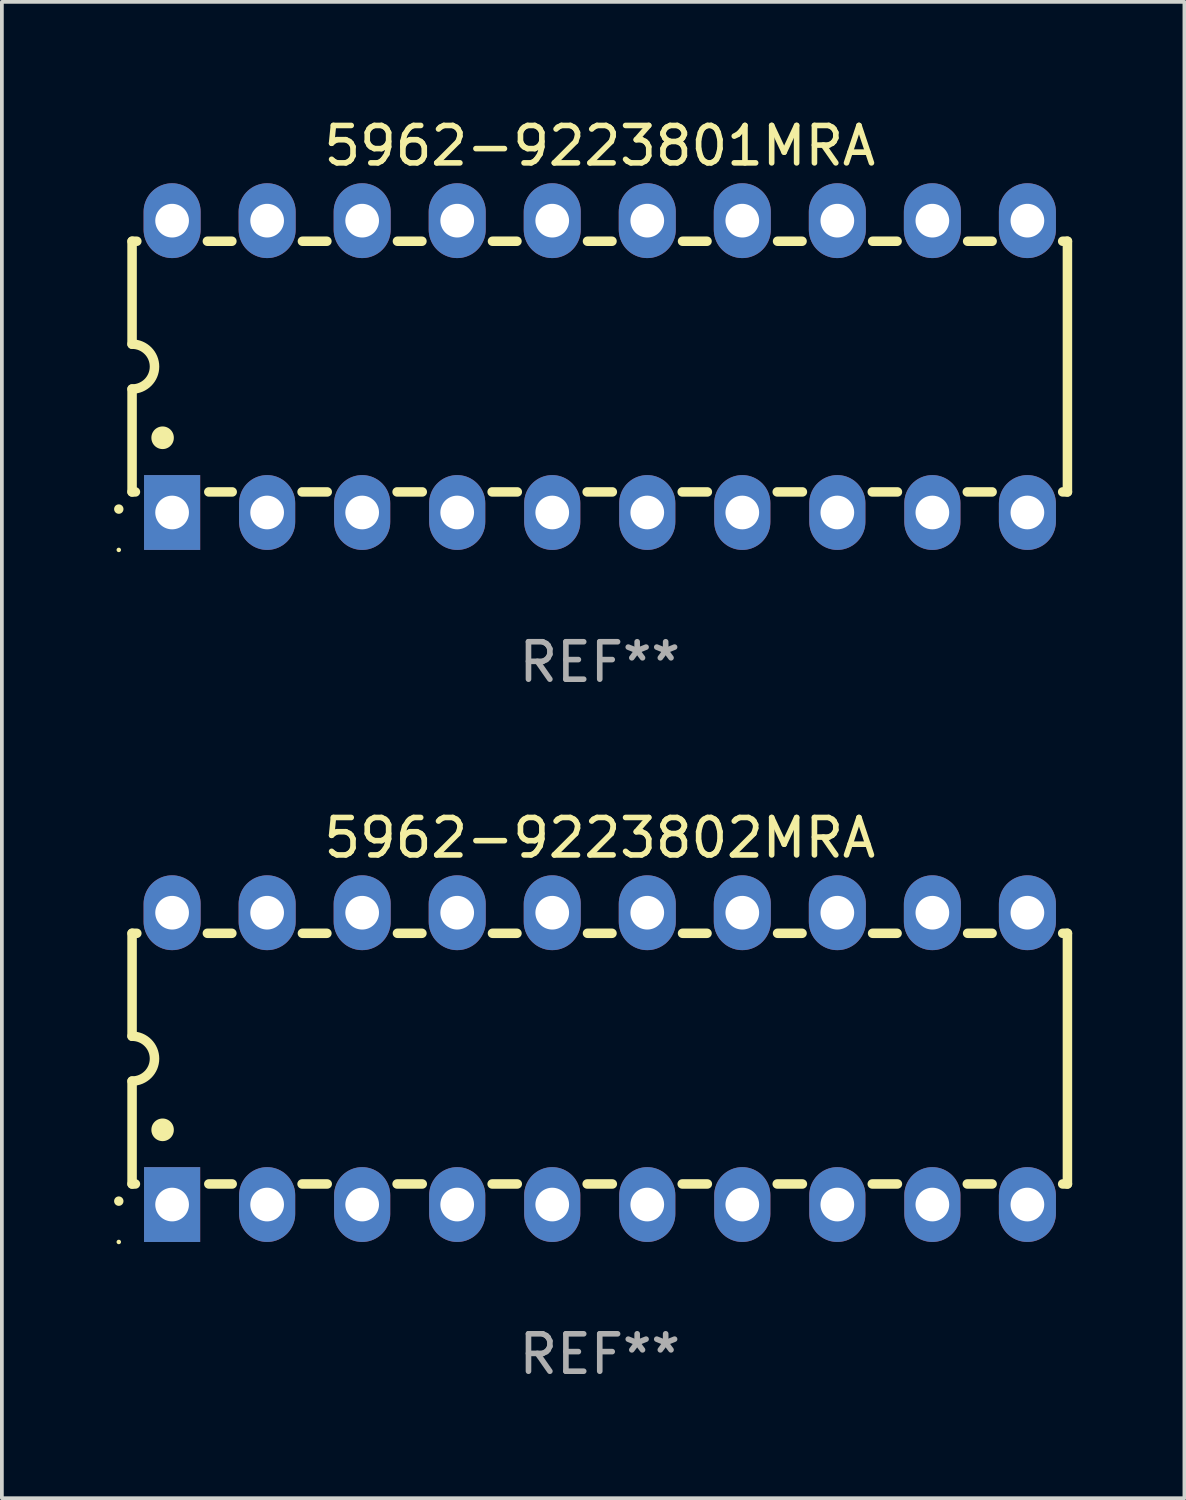
<source format=kicad_pcb>
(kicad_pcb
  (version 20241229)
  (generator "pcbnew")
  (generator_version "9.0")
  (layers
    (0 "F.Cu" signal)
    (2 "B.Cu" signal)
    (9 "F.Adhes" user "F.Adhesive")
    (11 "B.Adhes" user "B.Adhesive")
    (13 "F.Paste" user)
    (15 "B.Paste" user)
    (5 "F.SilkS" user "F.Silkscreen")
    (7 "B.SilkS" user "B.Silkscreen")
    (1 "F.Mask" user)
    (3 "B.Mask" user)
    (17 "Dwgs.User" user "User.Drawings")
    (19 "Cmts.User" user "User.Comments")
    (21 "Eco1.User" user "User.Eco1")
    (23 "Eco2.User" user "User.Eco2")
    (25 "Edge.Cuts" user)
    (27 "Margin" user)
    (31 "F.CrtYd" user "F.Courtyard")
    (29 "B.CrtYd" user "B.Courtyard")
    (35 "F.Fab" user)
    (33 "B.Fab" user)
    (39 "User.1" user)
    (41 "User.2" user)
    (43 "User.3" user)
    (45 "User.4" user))
  (footprint "5962-9223802MRA"
    (layer "F.Cu")
    (at 12.98 25.245)
    (property "Reference" "5962-9223802MRA" (at 0 -5.9 0) (layer "F.SilkS") (effects (font (size 1 1) (thickness 0.15))))
    (attr through_hole)
    (fp_line (start -12.5 -3.35) (end -12.373 -3.35) (stroke (width 0.254) (type solid)) (layer "F.SilkS"))
    (fp_line (start -12.5 -0.6) (end -12.5 -3.35) (stroke (width 0.254) (type solid)) (layer "F.SilkS"))
    (fp_line (start -12.5 3.35) (end -12.5 0.6) (stroke (width 0.254) (type solid)) (layer "F.SilkS"))
    (fp_line (start -12.5 3.35) (end -12.411 3.35) (stroke (width 0.254) (type solid)) (layer "F.SilkS"))
    (fp_line (start -10.487 -3.35) (end -9.833 -3.35) (stroke (width 0.254) (type solid)) (layer "F.SilkS"))
    (fp_line (start -10.449 3.35) (end -9.824 3.35) (stroke (width 0.254) (type solid)) (layer "F.SilkS"))
    (fp_line (start -7.956 3.35) (end -7.284 3.35) (stroke (width 0.254) (type solid)) (layer "F.SilkS"))
    (fp_line (start -7.947 -3.35) (end -7.293 -3.35) (stroke (width 0.254) (type solid)) (layer "F.SilkS"))
    (fp_line (start -5.416 3.35) (end -4.744 3.35) (stroke (width 0.254) (type solid)) (layer "F.SilkS"))
    (fp_line (start -5.407 -3.35) (end -4.753 -3.35) (stroke (width 0.254) (type solid)) (layer "F.SilkS"))
    (fp_line (start -2.876 3.35) (end -2.204 3.35) (stroke (width 0.254) (type solid)) (layer "F.SilkS"))
    (fp_line (start -2.867 -3.35) (end -2.213 -3.35) (stroke (width 0.254) (type solid)) (layer "F.SilkS"))
    (fp_line (start -0.336 3.35) (end 0.336 3.35) (stroke (width 0.254) (type solid)) (layer "F.SilkS"))
    (fp_line (start -0.327 -3.35) (end 0.327 -3.35) (stroke (width 0.254) (type solid)) (layer "F.SilkS"))
    (fp_line (start 2.204 3.35) (end 2.876 3.35) (stroke (width 0.254) (type solid)) (layer "F.SilkS"))
    (fp_line (start 2.213 -3.35) (end 2.867 -3.35) (stroke (width 0.254) (type solid)) (layer "F.SilkS"))
    (fp_line (start 4.744 3.35) (end 5.416 3.35) (stroke (width 0.254) (type solid)) (layer "F.SilkS"))
    (fp_line (start 4.753 -3.35) (end 5.407 -3.35) (stroke (width 0.254) (type solid)) (layer "F.SilkS"))
    (fp_line (start 7.284 3.35) (end 7.956 3.35) (stroke (width 0.254) (type solid)) (layer "F.SilkS"))
    (fp_line (start 7.293 -3.35) (end 7.947 -3.35) (stroke (width 0.254) (type solid)) (layer "F.SilkS"))
    (fp_line (start 9.824 3.35) (end 10.487 3.35) (stroke (width 0.254) (type solid)) (layer "F.SilkS"))
    (fp_line (start 9.833 -3.35) (end 10.487 -3.35) (stroke (width 0.254) (type solid)) (layer "F.SilkS"))
    (fp_line (start 12.373 -3.35) (end 12.5 -3.35) (stroke (width 0.254) (type solid)) (layer "F.SilkS"))
    (fp_line (start 12.373 3.35) (end 12.5 3.35) (stroke (width 0.254) (type solid)) (layer "F.SilkS"))
    (fp_line (start 12.5 -3.35) (end 12.5 3.35) (stroke (width 0.254) (type solid)) (layer "F.SilkS"))
    (fp_arc (start -12.854966 3.810008) (mid -12.854973 3.808738) (end -12.854966 3.807468) (stroke (width 0.25) (type solid)) (layer "F.SilkS"))
    (fp_arc (start -12.500127 -0.599442) (mid -11.900406 0.000228) (end -12.500025 0.6) (stroke (width 0.254001) (type solid)) (layer "F.SilkS"))
    (fp_arc (start -11.684023 1.905004) (mid -11.684034 1.902464) (end -11.684023 1.899924) (stroke (width 0.6) (type solid)) (layer "F.SilkS"))
    (fp_circle (center -12.855 4.9) (end -12.825 4.9) (stroke (width 0.06) (type solid)) (fill no) (layer "F.SilkS"))
    (fp_text user "REF**" (at 0 7.9 0) (layer "F.Fab") (effects (font (size 1 1) (thickness 0.15))))
    (pad "1" thru_hole rect (at -11.43 3.9 90) (size 2 1.5) (drill 0.9) (layers "*.Cu" "*.Mask"))
    (pad "2" thru_hole oval (at -8.89 3.9 90) (size 2 1.5) (drill 0.9) (layers "*.Cu" "*.Mask"))
    (pad "3" thru_hole oval (at -6.35 3.9 90) (size 2 1.5) (drill 0.9) (layers "*.Cu" "*.Mask"))
    (pad "4" thru_hole oval (at -3.81 3.9 90) (size 2 1.5) (drill 0.9) (layers "*.Cu" "*.Mask"))
    (pad "5" thru_hole oval (at -1.27 3.9 90) (size 2 1.5) (drill 0.9) (layers "*.Cu" "*.Mask"))
    (pad "6" thru_hole oval (at 1.27 3.9 90) (size 2 1.5) (drill 0.9) (layers "*.Cu" "*.Mask"))
    (pad "7" thru_hole oval (at 3.81 3.9 90) (size 2 1.5) (drill 0.9) (layers "*.Cu" "*.Mask"))
    (pad "8" thru_hole oval (at 6.35 3.9 90) (size 2 1.5) (drill 0.9) (layers "*.Cu" "*.Mask"))
    (pad "9" thru_hole oval (at 8.89 3.9 90) (size 2 1.5) (drill 0.9) (layers "*.Cu" "*.Mask"))
    (pad "10" thru_hole oval (at 11.43 3.9 90) (size 2 1.524) (drill 0.9) (layers "*.Cu" "*.Mask"))
    (pad "11" thru_hole oval (at 11.43 -3.9 90) (size 2 1.524) (drill 0.9) (layers "*.Cu" "*.Mask"))
    (pad "12" thru_hole oval (at 8.89 -3.9 90) (size 2 1.524) (drill 0.9) (layers "*.Cu" "*.Mask"))
    (pad "13" thru_hole oval (at 6.35 -3.9 90) (size 2 1.524) (drill 0.9) (layers "*.Cu" "*.Mask"))
    (pad "14" thru_hole oval (at 3.81 -3.9 90) (size 2 1.524) (drill 0.9) (layers "*.Cu" "*.Mask"))
    (pad "15" thru_hole oval (at 1.27 -3.9 90) (size 2 1.524) (drill 0.9) (layers "*.Cu" "*.Mask"))
    (pad "16" thru_hole oval (at -1.27 -3.9 90) (size 2 1.524) (drill 0.9) (layers "*.Cu" "*.Mask"))
    (pad "17" thru_hole oval (at -3.81 -3.9 90) (size 2 1.524) (drill 0.9) (layers "*.Cu" "*.Mask"))
    (pad "18" thru_hole oval (at -6.35 -3.9 90) (size 2 1.524) (drill 0.9) (layers "*.Cu" "*.Mask"))
    (pad "19" thru_hole oval (at -8.89 -3.9 90) (size 2 1.524) (drill 0.9) (layers "*.Cu" "*.Mask"))
    (pad "20" thru_hole oval (at -11.43 -3.9 90) (size 2 1.524) (drill 0.9) (layers "*.Cu" "*.Mask")))
  (footprint "5962-9223801MRA"
    (layer "F.Cu")
    (at 12.98 6.748)
    (property "Reference" "5962-9223801MRA" (at 0 -5.9 0) (layer "F.SilkS") (effects (font (size 1 1) (thickness 0.15))))
    (attr through_hole)
    (fp_line (start -12.5 -3.35) (end -12.373 -3.35) (stroke (width 0.254) (type solid)) (layer "F.SilkS"))
    (fp_line (start -12.5 -0.6) (end -12.5 -3.35) (stroke (width 0.254) (type solid)) (layer "F.SilkS"))
    (fp_line (start -12.5 3.35) (end -12.5 0.6) (stroke (width 0.254) (type solid)) (layer "F.SilkS"))
    (fp_line (start -12.5 3.35) (end -12.411 3.35) (stroke (width 0.254) (type solid)) (layer "F.SilkS"))
    (fp_line (start -10.487 -3.35) (end -9.833 -3.35) (stroke (width 0.254) (type solid)) (layer "F.SilkS"))
    (fp_line (start -10.449 3.35) (end -9.824 3.35) (stroke (width 0.254) (type solid)) (layer "F.SilkS"))
    (fp_line (start -7.956 3.35) (end -7.284 3.35) (stroke (width 0.254) (type solid)) (layer "F.SilkS"))
    (fp_line (start -7.947 -3.35) (end -7.293 -3.35) (stroke (width 0.254) (type solid)) (layer "F.SilkS"))
    (fp_line (start -5.416 3.35) (end -4.744 3.35) (stroke (width 0.254) (type solid)) (layer "F.SilkS"))
    (fp_line (start -5.407 -3.35) (end -4.753 -3.35) (stroke (width 0.254) (type solid)) (layer "F.SilkS"))
    (fp_line (start -2.876 3.35) (end -2.204 3.35) (stroke (width 0.254) (type solid)) (layer "F.SilkS"))
    (fp_line (start -2.867 -3.35) (end -2.213 -3.35) (stroke (width 0.254) (type solid)) (layer "F.SilkS"))
    (fp_line (start -0.336 3.35) (end 0.336 3.35) (stroke (width 0.254) (type solid)) (layer "F.SilkS"))
    (fp_line (start -0.327 -3.35) (end 0.327 -3.35) (stroke (width 0.254) (type solid)) (layer "F.SilkS"))
    (fp_line (start 2.204 3.35) (end 2.876 3.35) (stroke (width 0.254) (type solid)) (layer "F.SilkS"))
    (fp_line (start 2.213 -3.35) (end 2.867 -3.35) (stroke (width 0.254) (type solid)) (layer "F.SilkS"))
    (fp_line (start 4.744 3.35) (end 5.416 3.35) (stroke (width 0.254) (type solid)) (layer "F.SilkS"))
    (fp_line (start 4.753 -3.35) (end 5.407 -3.35) (stroke (width 0.254) (type solid)) (layer "F.SilkS"))
    (fp_line (start 7.284 3.35) (end 7.956 3.35) (stroke (width 0.254) (type solid)) (layer "F.SilkS"))
    (fp_line (start 7.293 -3.35) (end 7.947 -3.35) (stroke (width 0.254) (type solid)) (layer "F.SilkS"))
    (fp_line (start 9.824 3.35) (end 10.487 3.35) (stroke (width 0.254) (type solid)) (layer "F.SilkS"))
    (fp_line (start 9.833 -3.35) (end 10.487 -3.35) (stroke (width 0.254) (type solid)) (layer "F.SilkS"))
    (fp_line (start 12.373 -3.35) (end 12.5 -3.35) (stroke (width 0.254) (type solid)) (layer "F.SilkS"))
    (fp_line (start 12.373 3.35) (end 12.5 3.35) (stroke (width 0.254) (type solid)) (layer "F.SilkS"))
    (fp_line (start 12.5 -3.35) (end 12.5 3.35) (stroke (width 0.254) (type solid)) (layer "F.SilkS"))
    (fp_arc (start -12.854966 3.810008) (mid -12.854973 3.808738) (end -12.854966 3.807468) (stroke (width 0.25) (type solid)) (layer "F.SilkS"))
    (fp_arc (start -12.500127 -0.599442) (mid -11.900406 0.000228) (end -12.500025 0.6) (stroke (width 0.254001) (type solid)) (layer "F.SilkS"))
    (fp_arc (start -11.684023 1.905004) (mid -11.684034 1.902464) (end -11.684023 1.899924) (stroke (width 0.6) (type solid)) (layer "F.SilkS"))
    (fp_circle (center -12.855 4.9) (end -12.825 4.9) (stroke (width 0.06) (type solid)) (fill no) (layer "F.SilkS"))
    (fp_text user "REF**" (at 0 7.9 0) (layer "F.Fab") (effects (font (size 1 1) (thickness 0.15))))
    (pad "1" thru_hole rect (at -11.43 3.9 90) (size 2 1.5) (drill 0.9) (layers "*.Cu" "*.Mask"))
    (pad "2" thru_hole oval (at -8.89 3.9 90) (size 2 1.5) (drill 0.9) (layers "*.Cu" "*.Mask"))
    (pad "3" thru_hole oval (at -6.35 3.9 90) (size 2 1.5) (drill 0.9) (layers "*.Cu" "*.Mask"))
    (pad "4" thru_hole oval (at -3.81 3.9 90) (size 2 1.5) (drill 0.9) (layers "*.Cu" "*.Mask"))
    (pad "5" thru_hole oval (at -1.27 3.9 90) (size 2 1.5) (drill 0.9) (layers "*.Cu" "*.Mask"))
    (pad "6" thru_hole oval (at 1.27 3.9 90) (size 2 1.5) (drill 0.9) (layers "*.Cu" "*.Mask"))
    (pad "7" thru_hole oval (at 3.81 3.9 90) (size 2 1.5) (drill 0.9) (layers "*.Cu" "*.Mask"))
    (pad "8" thru_hole oval (at 6.35 3.9 90) (size 2 1.5) (drill 0.9) (layers "*.Cu" "*.Mask"))
    (pad "9" thru_hole oval (at 8.89 3.9 90) (size 2 1.5) (drill 0.9) (layers "*.Cu" "*.Mask"))
    (pad "10" thru_hole oval (at 11.43 3.9 90) (size 2 1.524) (drill 0.9) (layers "*.Cu" "*.Mask"))
    (pad "11" thru_hole oval (at 11.43 -3.9 90) (size 2 1.524) (drill 0.9) (layers "*.Cu" "*.Mask"))
    (pad "12" thru_hole oval (at 8.89 -3.9 90) (size 2 1.524) (drill 0.9) (layers "*.Cu" "*.Mask"))
    (pad "13" thru_hole oval (at 6.35 -3.9 90) (size 2 1.524) (drill 0.9) (layers "*.Cu" "*.Mask"))
    (pad "14" thru_hole oval (at 3.81 -3.9 90) (size 2 1.524) (drill 0.9) (layers "*.Cu" "*.Mask"))
    (pad "15" thru_hole oval (at 1.27 -3.9 90) (size 2 1.524) (drill 0.9) (layers "*.Cu" "*.Mask"))
    (pad "16" thru_hole oval (at -1.27 -3.9 90) (size 2 1.524) (drill 0.9) (layers "*.Cu" "*.Mask"))
    (pad "17" thru_hole oval (at -3.81 -3.9 90) (size 2 1.524) (drill 0.9) (layers "*.Cu" "*.Mask"))
    (pad "18" thru_hole oval (at -6.35 -3.9 90) (size 2 1.524) (drill 0.9) (layers "*.Cu" "*.Mask"))
    (pad "19" thru_hole oval (at -8.89 -3.9 90) (size 2 1.524) (drill 0.9) (layers "*.Cu" "*.Mask"))
    (pad "20" thru_hole oval (at -11.43 -3.9 90) (size 2 1.524) (drill 0.9) (layers "*.Cu" "*.Mask")))
  (gr_rect
    (start -3 -3)
    (end 28.607 36.993)
    (stroke (width 0.1) (type default))
    (fill no)
    (layer "Edge.Cuts")))
</source>
